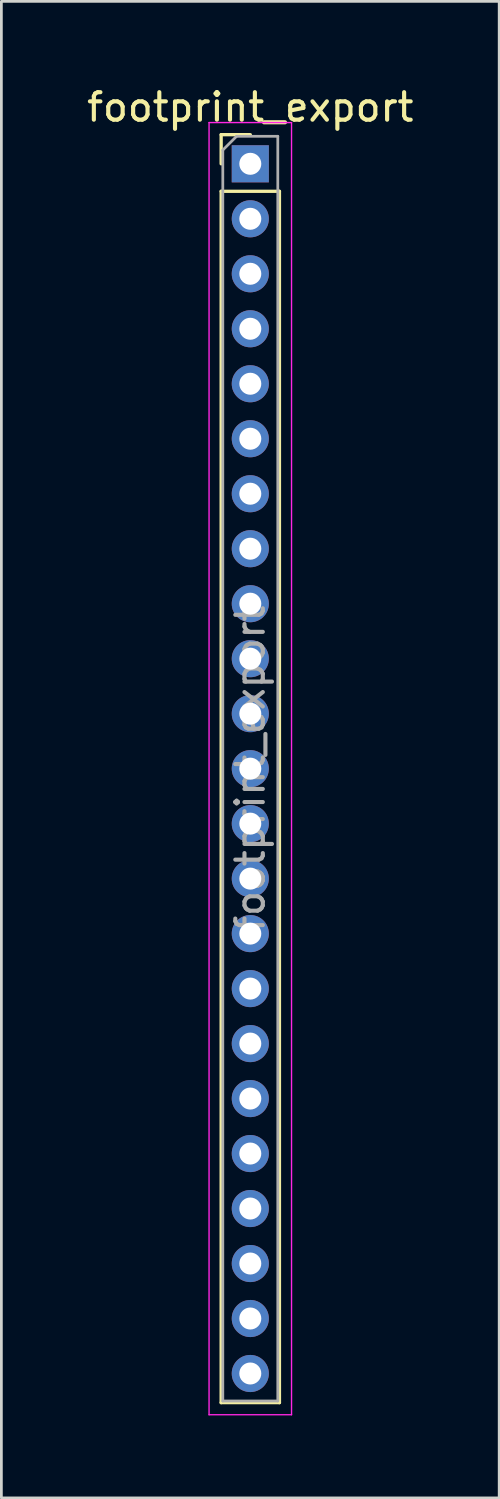
<source format=kicad_pcb>
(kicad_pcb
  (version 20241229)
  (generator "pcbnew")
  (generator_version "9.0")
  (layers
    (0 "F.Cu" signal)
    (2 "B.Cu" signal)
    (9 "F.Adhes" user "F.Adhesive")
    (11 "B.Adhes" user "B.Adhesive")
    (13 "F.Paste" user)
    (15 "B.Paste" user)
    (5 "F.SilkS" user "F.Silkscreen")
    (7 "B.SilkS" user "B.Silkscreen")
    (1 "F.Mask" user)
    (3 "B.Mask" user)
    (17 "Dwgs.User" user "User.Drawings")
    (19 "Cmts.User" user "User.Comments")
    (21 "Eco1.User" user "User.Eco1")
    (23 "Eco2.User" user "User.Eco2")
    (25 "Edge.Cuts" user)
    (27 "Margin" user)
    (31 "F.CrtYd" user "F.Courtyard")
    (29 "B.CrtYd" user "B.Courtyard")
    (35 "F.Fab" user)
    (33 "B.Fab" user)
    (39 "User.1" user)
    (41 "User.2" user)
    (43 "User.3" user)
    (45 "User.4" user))
  (footprint "footprint_export"
    (layer "F.Cu")
    (at 6.054 2.908)
    (property "Reference" "footprint_export" (at 0 -2.06 0) (layer "F.SilkS") (effects (font (size 1 1) (thickness 0.15))))
    (attr through_hole)
    (fp_line (start -1.06 -1.06) (end 0 -1.06) (stroke (width 0.12) (type solid)) (layer "F.SilkS"))
    (fp_line (start -1.06 0) (end -1.06 -1.06) (stroke (width 0.12) (type solid)) (layer "F.SilkS"))
    (fp_line (start -1.06 1) (end -1.06 45.06) (stroke (width 0.12) (type solid)) (layer "F.SilkS"))
    (fp_line (start -1.06 1) (end 1.06 1) (stroke (width 0.12) (type solid)) (layer "F.SilkS"))
    (fp_line (start -1.06 45.06) (end 1.06 45.06) (stroke (width 0.12) (type solid)) (layer "F.SilkS"))
    (fp_line (start 1.06 1) (end 1.06 45.06) (stroke (width 0.12) (type solid)) (layer "F.SilkS"))
    (fp_line (start -1.5 -1.5) (end -1.5 45.5) (stroke (width 0.05) (type solid)) (layer "F.CrtYd"))
    (fp_line (start -1.5 45.5) (end 1.5 45.5) (stroke (width 0.05) (type solid)) (layer "F.CrtYd"))
    (fp_line (start 1.5 -1.5) (end -1.5 -1.5) (stroke (width 0.05) (type solid)) (layer "F.CrtYd"))
    (fp_line (start 1.5 45.5) (end 1.5 -1.5) (stroke (width 0.05) (type solid)) (layer "F.CrtYd"))
    (fp_line (start -1 -0.5) (end -0.5 -1) (stroke (width 0.1) (type solid)) (layer "F.Fab"))
    (fp_line (start -1 45) (end -1 -0.5) (stroke (width 0.1) (type solid)) (layer "F.Fab"))
    (fp_line (start -0.5 -1) (end 1 -1) (stroke (width 0.1) (type solid)) (layer "F.Fab"))
    (fp_line (start 1 -1) (end 1 45) (stroke (width 0.1) (type solid)) (layer "F.Fab"))
    (fp_line (start 1 45) (end -1 45) (stroke (width 0.1) (type solid)) (layer "F.Fab"))
    (fp_text user "${REFERENCE}" (at 0 22 90) (layer "F.Fab") (effects (font (size 1 1) (thickness 0.15))))
    (pad "1" thru_hole rect (at 0 0) (size 1.35 1.35) (drill 0.8) (layers "*.Cu" "*.Mask"))
    (pad "2" thru_hole oval (at 0 2) (size 1.35 1.35) (drill 0.8) (layers "*.Cu" "*.Mask"))
    (pad "3" thru_hole oval (at 0 4) (size 1.35 1.35) (drill 0.8) (layers "*.Cu" "*.Mask"))
    (pad "4" thru_hole oval (at 0 6) (size 1.35 1.35) (drill 0.8) (layers "*.Cu" "*.Mask"))
    (pad "5" thru_hole oval (at 0 8) (size 1.35 1.35) (drill 0.8) (layers "*.Cu" "*.Mask"))
    (pad "6" thru_hole oval (at 0 10) (size 1.35 1.35) (drill 0.8) (layers "*.Cu" "*.Mask"))
    (pad "7" thru_hole oval (at 0 12) (size 1.35 1.35) (drill 0.8) (layers "*.Cu" "*.Mask"))
    (pad "8" thru_hole oval (at 0 14) (size 1.35 1.35) (drill 0.8) (layers "*.Cu" "*.Mask"))
    (pad "9" thru_hole oval (at 0 16) (size 1.35 1.35) (drill 0.8) (layers "*.Cu" "*.Mask"))
    (pad "10" thru_hole oval (at 0 18) (size 1.35 1.35) (drill 0.8) (layers "*.Cu" "*.Mask"))
    (pad "11" thru_hole oval (at 0 20) (size 1.35 1.35) (drill 0.8) (layers "*.Cu" "*.Mask"))
    (pad "12" thru_hole oval (at 0 22) (size 1.35 1.35) (drill 0.8) (layers "*.Cu" "*.Mask"))
    (pad "13" thru_hole oval (at 0 24) (size 1.35 1.35) (drill 0.8) (layers "*.Cu" "*.Mask"))
    (pad "14" thru_hole oval (at 0 26) (size 1.35 1.35) (drill 0.8) (layers "*.Cu" "*.Mask"))
    (pad "15" thru_hole oval (at 0 28) (size 1.35 1.35) (drill 0.8) (layers "*.Cu" "*.Mask"))
    (pad "16" thru_hole oval (at 0 30) (size 1.35 1.35) (drill 0.8) (layers "*.Cu" "*.Mask"))
    (pad "17" thru_hole oval (at 0 32) (size 1.35 1.35) (drill 0.8) (layers "*.Cu" "*.Mask"))
    (pad "18" thru_hole oval (at 0 34) (size 1.35 1.35) (drill 0.8) (layers "*.Cu" "*.Mask"))
    (pad "19" thru_hole oval (at 0 36) (size 1.35 1.35) (drill 0.8) (layers "*.Cu" "*.Mask"))
    (pad "20" thru_hole oval (at 0 38) (size 1.35 1.35) (drill 0.8) (layers "*.Cu" "*.Mask"))
    (pad "21" thru_hole oval (at 0 40) (size 1.35 1.35) (drill 0.8) (layers "*.Cu" "*.Mask"))
    (pad "22" thru_hole oval (at 0 42) (size 1.35 1.35) (drill 0.8) (layers "*.Cu" "*.Mask"))
    (pad "23" thru_hole oval (at 0 44) (size 1.35 1.35) (drill 0.8) (layers "*.Cu" "*.Mask")))
  (gr_rect
    (start -3 -3)
    (end 15.107 51.433)
    (stroke (width 0.1) (type default))
    (fill no)
    (layer "Edge.Cuts")))
</source>
